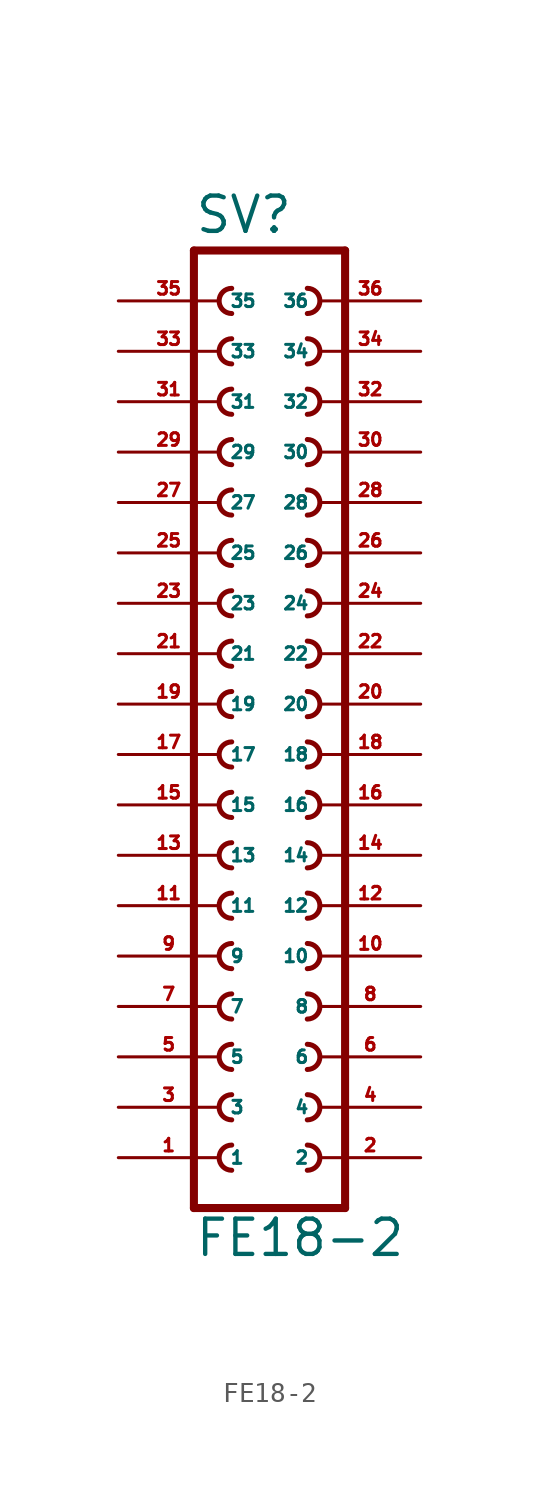
<source format=kicad_sym>
(kicad_symbol_lib
  (version 20220914)
  (generator Eagle2Kicad)
  (symbol "FE18-2"
    (property "Reference" "SV"
      (at -3.81 23.622 0)
      (effects (font (size 1.778 1.778) (thickness 0.22)) (justify left bottom)))
    (property "Value" "FE18-2"
      (at -3.81 -27.94 0)
      (effects (font (size 1.778 1.778) (thickness 0.22)) (justify left bottom)))
    (polyline
      (pts (xy 3.81 -25.4) (xy -3.81 -25.4))
      (stroke (width 0.406) (type default))
      (fill (type none)))
    (arc
      (start -1.905 -17.145)
      (mid -2.540 -17.780)
      (end -1.905 -18.415)
      (stroke (width 0.254) (type default))
      (fill (type none)))
    (arc
      (start -1.905 -19.685)
      (mid -2.540 -20.320)
      (end -1.905 -20.955)
      (stroke (width 0.254) (type default))
      (fill (type none)))
    (arc
      (start -1.905 -22.225)
      (mid -2.540 -22.860)
      (end -1.905 -23.495)
      (stroke (width 0.254) (type default))
      (fill (type none)))
    (arc
      (start 1.905 -18.415)
      (mid 2.540 -17.780)
      (end 1.905 -17.145)
      (stroke (width 0.254) (type default))
      (fill (type none)))
    (arc
      (start 1.905 -20.955)
      (mid 2.540 -20.320)
      (end 1.905 -19.685)
      (stroke (width 0.254) (type default))
      (fill (type none)))
    (arc
      (start 1.905 -23.495)
      (mid 2.540 -22.860)
      (end 1.905 -22.225)
      (stroke (width 0.254) (type default))
      (fill (type none)))
    (arc
      (start -1.905 -12.065)
      (mid -2.540 -12.700)
      (end -1.905 -13.335)
      (stroke (width 0.254) (type default))
      (fill (type none)))
    (arc
      (start -1.905 -14.605)
      (mid -2.540 -15.240)
      (end -1.905 -15.875)
      (stroke (width 0.254) (type default))
      (fill (type none)))
    (arc
      (start 1.905 -13.335)
      (mid 2.540 -12.700)
      (end 1.905 -12.065)
      (stroke (width 0.254) (type default))
      (fill (type none)))
    (arc
      (start 1.905 -15.875)
      (mid 2.540 -15.240)
      (end 1.905 -14.605)
      (stroke (width 0.254) (type default))
      (fill (type none)))
    (arc
      (start -1.905 -4.445)
      (mid -2.540 -5.080)
      (end -1.905 -5.715)
      (stroke (width 0.254) (type default))
      (fill (type none)))
    (arc
      (start -1.905 -6.985)
      (mid -2.540 -7.620)
      (end -1.905 -8.255)
      (stroke (width 0.254) (type default))
      (fill (type none)))
    (arc
      (start -1.905 -9.525)
      (mid -2.540 -10.160)
      (end -1.905 -10.795)
      (stroke (width 0.254) (type default))
      (fill (type none)))
    (arc
      (start 1.905 -5.715)
      (mid 2.540 -5.080)
      (end 1.905 -4.445)
      (stroke (width 0.254) (type default))
      (fill (type none)))
    (arc
      (start 1.905 -8.255)
      (mid 2.540 -7.620)
      (end 1.905 -6.985)
      (stroke (width 0.254) (type default))
      (fill (type none)))
    (arc
      (start 1.905 -10.795)
      (mid 2.540 -10.160)
      (end 1.905 -9.525)
      (stroke (width 0.254) (type default))
      (fill (type none)))
    (arc
      (start -1.905 0.635)
      (mid -2.540 0.000)
      (end -1.905 -0.635)
      (stroke (width 0.254) (type default))
      (fill (type none)))
    (arc
      (start -1.905 -1.905)
      (mid -2.540 -2.540)
      (end -1.905 -3.175)
      (stroke (width 0.254) (type default))
      (fill (type none)))
    (arc
      (start 1.905 -0.635)
      (mid 2.540 0.000)
      (end 1.905 0.635)
      (stroke (width 0.254) (type default))
      (fill (type none)))
    (arc
      (start 1.905 -3.175)
      (mid 2.540 -2.540)
      (end 1.905 -1.905)
      (stroke (width 0.254) (type default))
      (fill (type none)))
    (arc
      (start -1.905 8.255)
      (mid -2.540 7.620)
      (end -1.905 6.985)
      (stroke (width 0.254) (type default))
      (fill (type none)))
    (arc
      (start -1.905 5.715)
      (mid -2.540 5.080)
      (end -1.905 4.445)
      (stroke (width 0.254) (type default))
      (fill (type none)))
    (arc
      (start -1.905 3.175)
      (mid -2.540 2.540)
      (end -1.905 1.905)
      (stroke (width 0.254) (type default))
      (fill (type none)))
    (arc
      (start 1.905 6.985)
      (mid 2.540 7.620)
      (end 1.905 8.255)
      (stroke (width 0.254) (type default))
      (fill (type none)))
    (arc
      (start 1.905 4.445)
      (mid 2.540 5.080)
      (end 1.905 5.715)
      (stroke (width 0.254) (type default))
      (fill (type none)))
    (arc
      (start 1.905 1.905)
      (mid 2.540 2.540)
      (end 1.905 3.175)
      (stroke (width 0.254) (type default))
      (fill (type none)))
    (arc
      (start -1.905 13.335)
      (mid -2.540 12.700)
      (end -1.905 12.065)
      (stroke (width 0.254) (type default))
      (fill (type none)))
    (arc
      (start -1.905 10.795)
      (mid -2.540 10.160)
      (end -1.905 9.525)
      (stroke (width 0.254) (type default))
      (fill (type none)))
    (arc
      (start 1.905 12.065)
      (mid 2.540 12.700)
      (end 1.905 13.335)
      (stroke (width 0.254) (type default))
      (fill (type none)))
    (arc
      (start 1.905 9.525)
      (mid 2.540 10.160)
      (end 1.905 10.795)
      (stroke (width 0.254) (type default))
      (fill (type none)))
    (arc
      (start -1.905 18.415)
      (mid -2.540 17.780)
      (end -1.905 17.145)
      (stroke (width 0.254) (type default))
      (fill (type none)))
    (arc
      (start -1.905 15.875)
      (mid -2.540 15.240)
      (end -1.905 14.605)
      (stroke (width 0.254) (type default))
      (fill (type none)))
    (arc
      (start 1.905 17.145)
      (mid 2.540 17.780)
      (end 1.905 18.415)
      (stroke (width 0.254) (type default))
      (fill (type none)))
    (arc
      (start 1.905 14.605)
      (mid 2.540 15.240)
      (end 1.905 15.875)
      (stroke (width 0.254) (type default))
      (fill (type none)))
    (polyline
      (pts (xy -3.81 22.86) (xy -3.81 -25.4))
      (stroke (width 0.406) (type default))
      (fill (type none)))
    (polyline
      (pts (xy 3.81 -25.4) (xy 3.81 22.86))
      (stroke (width 0.406) (type default))
      (fill (type none)))
    (polyline
      (pts (xy -3.81 22.86) (xy 3.81 22.86))
      (stroke (width 0.406) (type default))
      (fill (type none)))
    (arc
      (start -1.905 20.955)
      (mid -2.540 20.320)
      (end -1.905 19.685)
      (stroke (width 0.254) (type default))
      (fill (type none)))
    (arc
      (start 1.905 19.685)
      (mid 2.540 20.320)
      (end 1.905 20.955)
      (stroke (width 0.254) (type default))
      (fill (type none)))
    (pin passive line
      (at -7.62 -22.86 0)
      (length 5.08)
      (name "1" (effects (font (size 0.635 0.635) (thickness 0.08)) (justify left bottom)))
      (number "1" (effects (font (size 0.635 0.635) (thickness 0.08)) (justify left bottom))))
    (pin passive line
      (at -7.62 -20.32 0)
      (length 5.08)
      (name "3" (effects (font (size 0.635 0.635) (thickness 0.08)) (justify left bottom)))
      (number "3" (effects (font (size 0.635 0.635) (thickness 0.08)) (justify left bottom))))
    (pin passive line
      (at -7.62 -17.78 0)
      (length 5.08)
      (name "5" (effects (font (size 0.635 0.635) (thickness 0.08)) (justify left bottom)))
      (number "5" (effects (font (size 0.635 0.635) (thickness 0.08)) (justify left bottom))))
    (pin passive line
      (at 7.62 -22.86 180)
      (length 5.08)
      (name "2" (effects (font (size 0.635 0.635) (thickness 0.08)) (justify left bottom)))
      (number "2" (effects (font (size 0.635 0.635) (thickness 0.08)) (justify left bottom))))
    (pin passive line
      (at 7.62 -20.32 180)
      (length 5.08)
      (name "4" (effects (font (size 0.635 0.635) (thickness 0.08)) (justify left bottom)))
      (number "4" (effects (font (size 0.635 0.635) (thickness 0.08)) (justify left bottom))))
    (pin passive line
      (at 7.62 -17.78 180)
      (length 5.08)
      (name "6" (effects (font (size 0.635 0.635) (thickness 0.08)) (justify left bottom)))
      (number "6" (effects (font (size 0.635 0.635) (thickness 0.08)) (justify left bottom))))
    (pin passive line
      (at -7.62 -15.24 0)
      (length 5.08)
      (name "7" (effects (font (size 0.635 0.635) (thickness 0.08)) (justify left bottom)))
      (number "7" (effects (font (size 0.635 0.635) (thickness 0.08)) (justify left bottom))))
    (pin passive line
      (at -7.62 -12.7 0)
      (length 5.08)
      (name "9" (effects (font (size 0.635 0.635) (thickness 0.08)) (justify left bottom)))
      (number "9" (effects (font (size 0.635 0.635) (thickness 0.08)) (justify left bottom))))
    (pin passive line
      (at 7.62 -15.24 180)
      (length 5.08)
      (name "8" (effects (font (size 0.635 0.635) (thickness 0.08)) (justify left bottom)))
      (number "8" (effects (font (size 0.635 0.635) (thickness 0.08)) (justify left bottom))))
    (pin passive line
      (at 7.62 -12.7 180)
      (length 5.08)
      (name "10" (effects (font (size 0.635 0.635) (thickness 0.08)) (justify left bottom)))
      (number "10" (effects (font (size 0.635 0.635) (thickness 0.08)) (justify left bottom))))
    (pin passive line
      (at -7.62 -10.16 0)
      (length 5.08)
      (name "11" (effects (font (size 0.635 0.635) (thickness 0.08)) (justify left bottom)))
      (number "11" (effects (font (size 0.635 0.635) (thickness 0.08)) (justify left bottom))))
    (pin passive line
      (at -7.62 -7.62 0)
      (length 5.08)
      (name "13" (effects (font (size 0.635 0.635) (thickness 0.08)) (justify left bottom)))
      (number "13" (effects (font (size 0.635 0.635) (thickness 0.08)) (justify left bottom))))
    (pin passive line
      (at -7.62 -5.08 0)
      (length 5.08)
      (name "15" (effects (font (size 0.635 0.635) (thickness 0.08)) (justify left bottom)))
      (number "15" (effects (font (size 0.635 0.635) (thickness 0.08)) (justify left bottom))))
    (pin passive line
      (at 7.62 -10.16 180)
      (length 5.08)
      (name "12" (effects (font (size 0.635 0.635) (thickness 0.08)) (justify left bottom)))
      (number "12" (effects (font (size 0.635 0.635) (thickness 0.08)) (justify left bottom))))
    (pin passive line
      (at 7.62 -7.62 180)
      (length 5.08)
      (name "14" (effects (font (size 0.635 0.635) (thickness 0.08)) (justify left bottom)))
      (number "14" (effects (font (size 0.635 0.635) (thickness 0.08)) (justify left bottom))))
    (pin passive line
      (at 7.62 -5.08 180)
      (length 5.08)
      (name "16" (effects (font (size 0.635 0.635) (thickness 0.08)) (justify left bottom)))
      (number "16" (effects (font (size 0.635 0.635) (thickness 0.08)) (justify left bottom))))
    (pin passive line
      (at -7.62 -2.54 0)
      (length 5.08)
      (name "17" (effects (font (size 0.635 0.635) (thickness 0.08)) (justify left bottom)))
      (number "17" (effects (font (size 0.635 0.635) (thickness 0.08)) (justify left bottom))))
    (pin passive line
      (at -7.62 0 0)
      (length 5.08)
      (name "19" (effects (font (size 0.635 0.635) (thickness 0.08)) (justify left bottom)))
      (number "19" (effects (font (size 0.635 0.635) (thickness 0.08)) (justify left bottom))))
    (pin passive line
      (at 7.62 -2.54 180)
      (length 5.08)
      (name "18" (effects (font (size 0.635 0.635) (thickness 0.08)) (justify left bottom)))
      (number "18" (effects (font (size 0.635 0.635) (thickness 0.08)) (justify left bottom))))
    (pin passive line
      (at 7.62 0 180)
      (length 5.08)
      (name "20" (effects (font (size 0.635 0.635) (thickness 0.08)) (justify left bottom)))
      (number "20" (effects (font (size 0.635 0.635) (thickness 0.08)) (justify left bottom))))
    (pin passive line
      (at -7.62 2.54 0)
      (length 5.08)
      (name "21" (effects (font (size 0.635 0.635) (thickness 0.08)) (justify left bottom)))
      (number "21" (effects (font (size 0.635 0.635) (thickness 0.08)) (justify left bottom))))
    (pin passive line
      (at -7.62 5.08 0)
      (length 5.08)
      (name "23" (effects (font (size 0.635 0.635) (thickness 0.08)) (justify left bottom)))
      (number "23" (effects (font (size 0.635 0.635) (thickness 0.08)) (justify left bottom))))
    (pin passive line
      (at -7.62 7.62 0)
      (length 5.08)
      (name "25" (effects (font (size 0.635 0.635) (thickness 0.08)) (justify left bottom)))
      (number "25" (effects (font (size 0.635 0.635) (thickness 0.08)) (justify left bottom))))
    (pin passive line
      (at 7.62 2.54 180)
      (length 5.08)
      (name "22" (effects (font (size 0.635 0.635) (thickness 0.08)) (justify left bottom)))
      (number "22" (effects (font (size 0.635 0.635) (thickness 0.08)) (justify left bottom))))
    (pin passive line
      (at 7.62 5.08 180)
      (length 5.08)
      (name "24" (effects (font (size 0.635 0.635) (thickness 0.08)) (justify left bottom)))
      (number "24" (effects (font (size 0.635 0.635) (thickness 0.08)) (justify left bottom))))
    (pin passive line
      (at 7.62 7.62 180)
      (length 5.08)
      (name "26" (effects (font (size 0.635 0.635) (thickness 0.08)) (justify left bottom)))
      (number "26" (effects (font (size 0.635 0.635) (thickness 0.08)) (justify left bottom))))
    (pin passive line
      (at -7.62 10.16 0)
      (length 5.08)
      (name "27" (effects (font (size 0.635 0.635) (thickness 0.08)) (justify left bottom)))
      (number "27" (effects (font (size 0.635 0.635) (thickness 0.08)) (justify left bottom))))
    (pin passive line
      (at -7.62 12.7 0)
      (length 5.08)
      (name "29" (effects (font (size 0.635 0.635) (thickness 0.08)) (justify left bottom)))
      (number "29" (effects (font (size 0.635 0.635) (thickness 0.08)) (justify left bottom))))
    (pin passive line
      (at 7.62 10.16 180)
      (length 5.08)
      (name "28" (effects (font (size 0.635 0.635) (thickness 0.08)) (justify left bottom)))
      (number "28" (effects (font (size 0.635 0.635) (thickness 0.08)) (justify left bottom))))
    (pin passive line
      (at 7.62 12.7 180)
      (length 5.08)
      (name "30" (effects (font (size 0.635 0.635) (thickness 0.08)) (justify left bottom)))
      (number "30" (effects (font (size 0.635 0.635) (thickness 0.08)) (justify left bottom))))
    (pin passive line
      (at -7.62 15.24 0)
      (length 5.08)
      (name "31" (effects (font (size 0.635 0.635) (thickness 0.08)) (justify left bottom)))
      (number "31" (effects (font (size 0.635 0.635) (thickness 0.08)) (justify left bottom))))
    (pin passive line
      (at -7.62 17.78 0)
      (length 5.08)
      (name "33" (effects (font (size 0.635 0.635) (thickness 0.08)) (justify left bottom)))
      (number "33" (effects (font (size 0.635 0.635) (thickness 0.08)) (justify left bottom))))
    (pin passive line
      (at 7.62 15.24 180)
      (length 5.08)
      (name "32" (effects (font (size 0.635 0.635) (thickness 0.08)) (justify left bottom)))
      (number "32" (effects (font (size 0.635 0.635) (thickness 0.08)) (justify left bottom))))
    (pin passive line
      (at 7.62 17.78 180)
      (length 5.08)
      (name "34" (effects (font (size 0.635 0.635) (thickness 0.08)) (justify left bottom)))
      (number "34" (effects (font (size 0.635 0.635) (thickness 0.08)) (justify left bottom))))
    (pin passive line
      (at -7.62 20.32 0)
      (length 5.08)
      (name "35" (effects (font (size 0.635 0.635) (thickness 0.08)) (justify left bottom)))
      (number "35" (effects (font (size 0.635 0.635) (thickness 0.08)) (justify left bottom))))
    (pin passive line
      (at 7.62 20.32 180)
      (length 5.08)
      (name "36" (effects (font (size 0.635 0.635) (thickness 0.08)) (justify left bottom)))
      (number "36" (effects (font (size 0.635 0.635) (thickness 0.08)) (justify left bottom))))))
</source>
